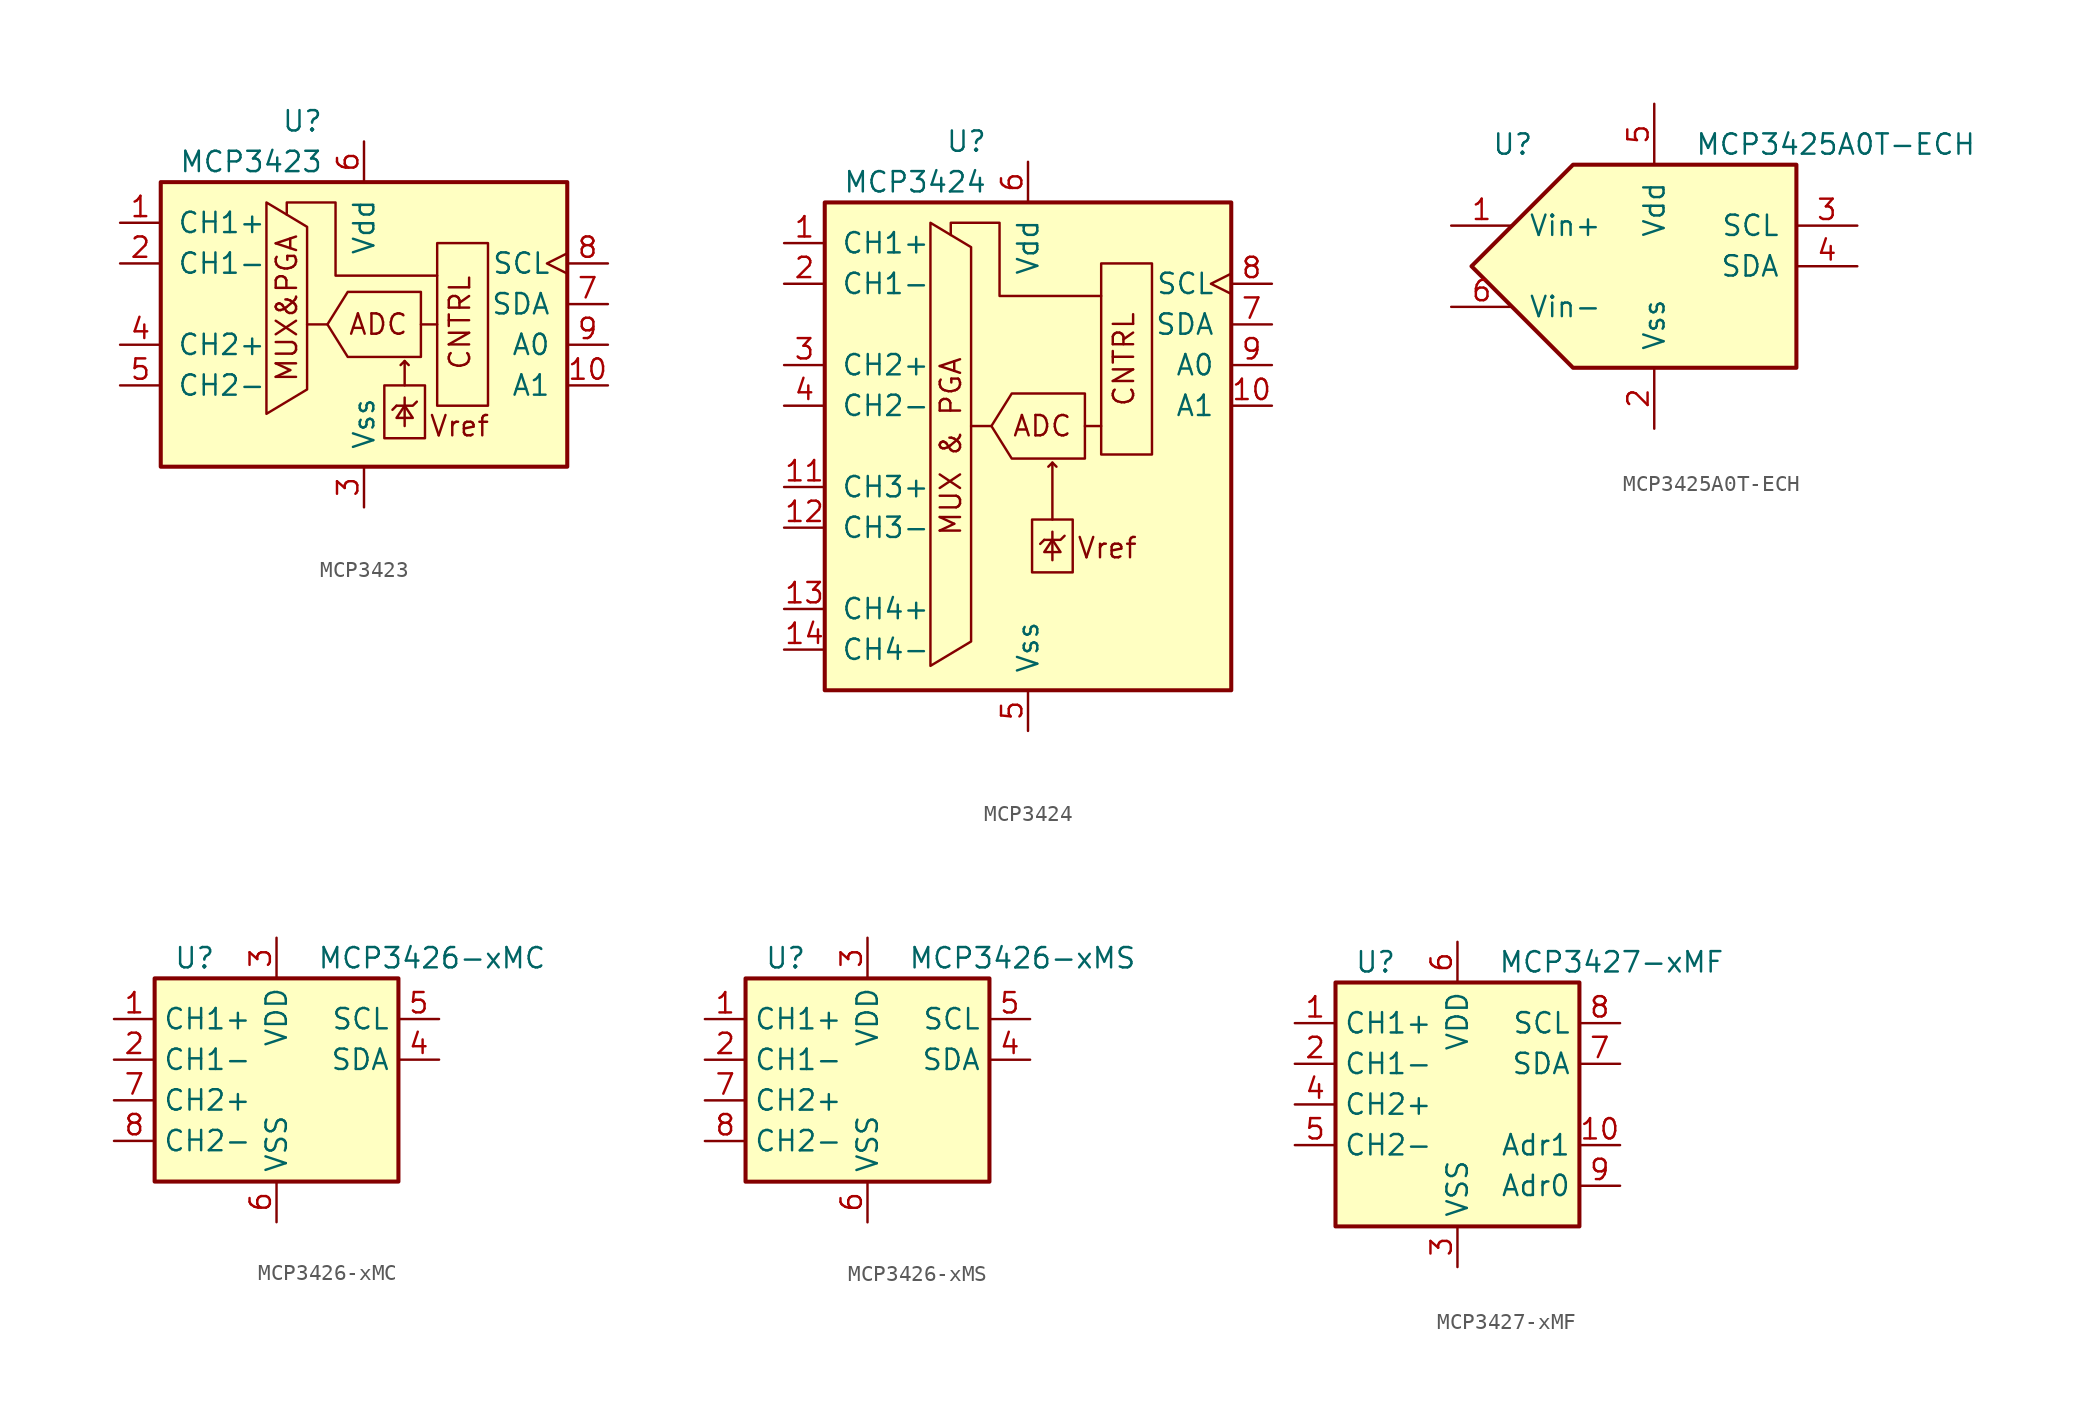
<source format=kicad_sym>
(kicad_symbol_lib
  (version 20201005)
  (generator kicad_symbol_editor)
  (symbol "Analog_ADC:MCP3423"
    (pin_names
      (offset 1.016))
    (property "Reference" "U"
      (at -2.54 11.43 0)
      (effects (font (size 1.27 1.27)) (justify right)))
    (property "Value" "MCP3423"
      (at -2.54 8.89 0)
      (effects (font (size 1.27 1.27)) (justify right)))
    (symbol "MCP3423_0_0"
      (text "ADC" (at 0.889 -1.27 0) (effects (font (size 1.27 1.27))))
      (text "CNTRL" (at 6.731 -4.191 900) (effects (font (size 1.27 1.27)) (justify left bottom)))
      (text "MUX&PGA" (at -4.826 -0.254 900) (effects (font (size 1.27 1.27))))
      (text "Vref" (at 5.969 -7.62 0) (effects (font (size 1.27 1.27))))
      (polyline (pts (xy -6.096 6.35) (xy -3.556 4.826) (xy -3.556 -5.334) (xy -6.096 -6.858) (xy -6.096 6.35)) (stroke (width 0)) (fill (type none)))
      (polyline (pts (xy 4.572 1.778) (xy -1.778 1.778) (xy -1.778 6.35) (xy -4.826 6.35) (xy -4.826 5.588)) (stroke (width 0)) (fill (type none)))
      (polyline (pts (xy 3.556 0.762) (xy 3.556 -3.302) (xy -1.016 -3.302) (xy -2.286 -1.27) (xy -1.016 0.762) (xy 3.556 0.762)) (stroke (width 0)) (fill (type none))))
    (symbol "MCP3423_0_1"
      (rectangle (start 1.27 -5.08) (end 3.81 -8.382) (stroke (width 0)) (fill (type none)))
      (rectangle (start 4.572 -6.35) (end 7.747 3.81) (stroke (width 0)) (fill (type none)))
      (rectangle (start 12.7 7.62) (end -12.7 -10.16) (stroke (width 0.254)) (fill (type background)))
      (polyline (pts (xy -3.556 -1.27) (xy -2.286 -1.27)) (stroke (width 0)) (fill (type none)))
      (polyline (pts (xy 2.032 -6.35) (xy 1.778 -6.604)) (stroke (width 0)) (fill (type none)))
      (polyline (pts (xy 2.54 -5.842) (xy 2.54 -7.62)) (stroke (width 0)) (fill (type none)))
      (polyline (pts (xy 2.54 -3.556) (xy 2.794 -3.81)) (stroke (width 0)) (fill (type none)))
      (polyline (pts (xy 3.556 -1.27) (xy 4.572 -1.27)) (stroke (width 0)) (fill (type none)))
      (polyline (pts (xy 2.032 -6.35) (xy 3.048 -6.35) (xy 3.302 -6.096)) (stroke (width 0)) (fill (type none)))
      (polyline (pts (xy 2.54 -5.08) (xy 2.54 -3.556) (xy 2.286 -3.81)) (stroke (width 0)) (fill (type none)))
      (polyline (pts (xy 2.54 -6.35) (xy 2.032 -7.112) (xy 3.048 -7.112) (xy 2.54 -6.35)) (stroke (width 0)) (fill (type none))))
    (symbol "MCP3423_1_1"
      (pin input line (at -15.24 5.08 0) (length 2.54) (name "CH1+" (effects (font (size 1.27 1.27)))) (number "1" (effects (font (size 1.27 1.27)))))
      (pin input line (at 15.24 -5.08 180) (length 2.54) (name "A1" (effects (font (size 1.27 1.27)))) (number "10" (effects (font (size 1.27 1.27)))))
      (pin input line (at -15.24 2.54 0) (length 2.54) (name "CH1-" (effects (font (size 1.27 1.27)))) (number "2" (effects (font (size 1.27 1.27)))))
      (pin power_in line (at 0 -12.7 90) (length 2.54) (name "Vss" (effects (font (size 1.27 1.27)))) (number "3" (effects (font (size 1.27 1.27)))))
      (pin input line (at -15.24 -2.54 0) (length 2.54) (name "CH2+" (effects (font (size 1.27 1.27)))) (number "4" (effects (font (size 1.27 1.27)))))
      (pin input line (at -15.24 -5.08 0) (length 2.54) (name "CH2-" (effects (font (size 1.27 1.27)))) (number "5" (effects (font (size 1.27 1.27)))))
      (pin power_in line (at 0 10.16 270) (length 2.54) (name "Vdd" (effects (font (size 1.27 1.27)))) (number "6" (effects (font (size 1.27 1.27)))))
      (pin bidirectional line (at 15.24 0 180) (length 2.54) (name "SDA" (effects (font (size 1.27 1.27)))) (number "7" (effects (font (size 1.27 1.27)))))
      (pin input clock (at 15.24 2.54 180) (length 2.54) (name "SCL" (effects (font (size 1.27 1.27)))) (number "8" (effects (font (size 1.27 1.27)))))
      (pin input line (at 15.24 -2.54 180) (length 2.54) (name "A0" (effects (font (size 1.27 1.27)))) (number "9" (effects (font (size 1.27 1.27)))))))
  (symbol "Analog_ADC:MCP3424"
    (pin_names
      (offset 1.016))
    (property "Reference" "U"
      (at -2.54 11.43 0)
      (effects (font (size 1.27 1.27)) (justify right)))
    (property "Value" "MCP3424"
      (at -2.54 8.89 0)
      (effects (font (size 1.27 1.27)) (justify right)))
    (symbol "MCP3424_0_0"
      (text "ADC" (at 0.889 -6.35 0) (effects (font (size 1.27 1.27))))
      (text "CNTRL" (at 6.731 -5.207 900) (effects (font (size 1.27 1.27)) (justify left bottom)))
      (text "MUX & PGA" (at -4.826 -7.62 900) (effects (font (size 1.27 1.27))))
      (text "Vref" (at 4.953 -13.97 0) (effects (font (size 1.27 1.27))))
      (polyline (pts (xy -6.096 6.35) (xy -3.556 4.826) (xy -3.556 -19.812) (xy -6.096 -21.336) (xy -6.096 6.35)) (stroke (width 0)) (fill (type none)))
      (polyline (pts (xy 4.572 1.778) (xy -1.778 1.778) (xy -1.778 6.35) (xy -4.826 6.35) (xy -4.826 5.588)) (stroke (width 0)) (fill (type none)))
      (polyline (pts (xy 3.556 -4.318) (xy 3.556 -8.382) (xy -1.016 -8.382) (xy -2.286 -6.35) (xy -1.016 -4.318) (xy 3.556 -4.318)) (stroke (width 0)) (fill (type none))))
    (symbol "MCP3424_0_1"
      (rectangle (start 0.254 -12.192) (end 2.794 -15.494) (stroke (width 0)) (fill (type none)))
      (rectangle (start 4.572 -8.128) (end 7.747 3.81) (stroke (width 0)) (fill (type none)))
      (rectangle (start 12.7 7.62) (end -12.7 -22.86) (stroke (width 0.254)) (fill (type background)))
      (polyline (pts (xy -3.556 -6.35) (xy -2.286 -6.35)) (stroke (width 0)) (fill (type none)))
      (polyline (pts (xy 1.016 -13.462) (xy 0.762 -13.716)) (stroke (width 0)) (fill (type none)))
      (polyline (pts (xy 1.524 -12.954) (xy 1.524 -14.732)) (stroke (width 0)) (fill (type none)))
      (polyline (pts (xy 1.524 -8.636) (xy 1.778 -8.89)) (stroke (width 0)) (fill (type none)))
      (polyline (pts (xy 3.556 -6.35) (xy 4.572 -6.35)) (stroke (width 0)) (fill (type none)))
      (polyline (pts (xy 1.016 -13.462) (xy 2.032 -13.462) (xy 2.286 -13.208)) (stroke (width 0)) (fill (type none)))
      (polyline (pts (xy 1.524 -12.192) (xy 1.524 -8.636) (xy 1.27 -8.89)) (stroke (width 0)) (fill (type none)))
      (polyline (pts (xy 1.524 -13.462) (xy 1.016 -14.224) (xy 2.032 -14.224) (xy 1.524 -13.462)) (stroke (width 0)) (fill (type none))))
    (symbol "MCP3424_1_1"
      (pin input line (at -15.24 5.08 0) (length 2.54) (name "CH1+" (effects (font (size 1.27 1.27)))) (number "1" (effects (font (size 1.27 1.27)))))
      (pin input line (at 15.24 -5.08 180) (length 2.54) (name "A1" (effects (font (size 1.27 1.27)))) (number "10" (effects (font (size 1.27 1.27)))))
      (pin input line (at -15.24 -10.16 0) (length 2.54) (name "CH3+" (effects (font (size 1.27 1.27)))) (number "11" (effects (font (size 1.27 1.27)))))
      (pin input line (at -15.24 -12.7 0) (length 2.54) (name "CH3-" (effects (font (size 1.27 1.27)))) (number "12" (effects (font (size 1.27 1.27)))))
      (pin input line (at -15.24 -17.78 0) (length 2.54) (name "CH4+" (effects (font (size 1.27 1.27)))) (number "13" (effects (font (size 1.27 1.27)))))
      (pin input line (at -15.24 -20.32 0) (length 2.54) (name "CH4-" (effects (font (size 1.27 1.27)))) (number "14" (effects (font (size 1.27 1.27)))))
      (pin input line (at -15.24 2.54 0) (length 2.54) (name "CH1-" (effects (font (size 1.27 1.27)))) (number "2" (effects (font (size 1.27 1.27)))))
      (pin input line (at -15.24 -2.54 0) (length 2.54) (name "CH2+" (effects (font (size 1.27 1.27)))) (number "3" (effects (font (size 1.27 1.27)))))
      (pin input line (at -15.24 -5.08 0) (length 2.54) (name "CH2-" (effects (font (size 1.27 1.27)))) (number "4" (effects (font (size 1.27 1.27)))))
      (pin power_in line (at 0 -25.4 90) (length 2.54) (name "Vss" (effects (font (size 1.27 1.27)))) (number "5" (effects (font (size 1.27 1.27)))))
      (pin power_in line (at 0 10.16 270) (length 2.54) (name "Vdd" (effects (font (size 1.27 1.27)))) (number "6" (effects (font (size 1.27 1.27)))))
      (pin bidirectional line (at 15.24 0 180) (length 2.54) (name "SDA" (effects (font (size 1.27 1.27)))) (number "7" (effects (font (size 1.27 1.27)))))
      (pin input clock (at 15.24 2.54 180) (length 2.54) (name "SCL" (effects (font (size 1.27 1.27)))) (number "8" (effects (font (size 1.27 1.27)))))
      (pin input line (at 15.24 -2.54 180) (length 2.54) (name "A0" (effects (font (size 1.27 1.27)))) (number "9" (effects (font (size 1.27 1.27)))))))
  (symbol "Analog_ADC:MCP3425A0T-ECH"
    (pin_names
      (offset 1.016))
    (property "Reference" "U"
      (at -10.16 7.62 0)
      (effects (font (size 1.27 1.27)) (justify left)))
    (property "Value" "MCP3425A0T-ECH"
      (at 2.54 7.62 0)
      (effects (font (size 1.27 1.27)) (justify left)))
    (symbol "MCP3425A0T-ECH_0_1"
      (polyline (pts (xy -5.08 6.35) (xy 8.89 6.35) (xy 8.89 0) (xy 8.89 -6.35) (xy -5.08 -6.35) (xy -11.43 0) (xy -5.08 6.35)) (stroke (width 0.254)) (fill (type background))))
    (symbol "MCP3425A0T-ECH_1_1"
      (pin passive line (at -12.7 2.54 0) (length 3.81) (name "Vin+" (effects (font (size 1.27 1.27)))) (number "1" (effects (font (size 1.27 1.27)))))
      (pin power_in line (at 0 -10.16 90) (length 3.81) (name "Vss" (effects (font (size 1.27 1.27)))) (number "2" (effects (font (size 1.27 1.27)))))
      (pin input line (at 12.7 2.54 180) (length 3.81) (name "SCL" (effects (font (size 1.27 1.27)))) (number "3" (effects (font (size 1.27 1.27)))))
      (pin bidirectional line (at 12.7 0 180) (length 3.81) (name "SDA" (effects (font (size 1.27 1.27)))) (number "4" (effects (font (size 1.27 1.27)))))
      (pin power_in line (at 0 10.16 270) (length 3.81) (name "Vdd" (effects (font (size 1.27 1.27)))) (number "5" (effects (font (size 1.27 1.27)))))
      (pin passive line (at -12.7 -2.54 0) (length 3.81) (name "Vin-" (effects (font (size 1.27 1.27)))) (number "6" (effects (font (size 1.27 1.27)))))))
  (symbol "Analog_ADC:MCP3426-xMC"
    (property "Reference" "U"
      (at -3.81 8.89 0)
      (effects (font (size 1.27 1.27)) (justify right)))
    (property "Value" "MCP3426-xMC"
      (at 2.54 8.89 0)
      (effects (font (size 1.27 1.27)) (justify left)))
    (symbol "MCP3426-xMC_0_1"
      (rectangle (start -7.62 7.62) (end 7.62 -5.08) (stroke (width 0.254)) (fill (type background))))
    (symbol "MCP3426-xMC_1_1"
      (pin input line (at -10.16 5.08 0) (length 2.54) (name "CH1+" (effects (font (size 1.27 1.27)))) (number "1" (effects (font (size 1.27 1.27)))))
      (pin input line (at -10.16 2.54 0) (length 2.54) (name "CH1-" (effects (font (size 1.27 1.27)))) (number "2" (effects (font (size 1.27 1.27)))))
      (pin power_in line (at 0 10.16 270) (length 2.54) (name "VDD" (effects (font (size 1.27 1.27)))) (number "3" (effects (font (size 1.27 1.27)))))
      (pin bidirectional line (at 10.16 2.54 180) (length 2.54) (name "SDA" (effects (font (size 1.27 1.27)))) (number "4" (effects (font (size 1.27 1.27)))))
      (pin input line (at 10.16 5.08 180) (length 2.54) (name "SCL" (effects (font (size 1.27 1.27)))) (number "5" (effects (font (size 1.27 1.27)))))
      (pin power_in line (at 0 -7.62 90) (length 2.54) (name "VSS" (effects (font (size 1.27 1.27)))) (number "6" (effects (font (size 1.27 1.27)))))
      (pin input line (at -10.16 0 0) (length 2.54) (name "CH2+" (effects (font (size 1.27 1.27)))) (number "7" (effects (font (size 1.27 1.27)))))
      (pin input line (at -10.16 -2.54 0) (length 2.54) (name "CH2-" (effects (font (size 1.27 1.27)))) (number "8" (effects (font (size 1.27 1.27)))))
      (pin passive line (at 0 -7.62 90) (length 2.54) hide (name "VSS" (effects (font (size 1.27 1.27)))) (number "9" (effects (font (size 1.27 1.27)))))))
  (symbol "Analog_ADC:MCP3426-xMS"
    (property "Reference" "U"
      (at -3.81 8.89 0)
      (effects (font (size 1.27 1.27)) (justify right)))
    (property "Value" "MCP3426-xMS"
      (at 2.54 8.89 0)
      (effects (font (size 1.27 1.27)) (justify left)))
    (symbol "MCP3426-xMS_0_1"
      (rectangle (start -7.62 7.62) (end 7.62 -5.08) (stroke (width 0.254)) (fill (type background))))
    (symbol "MCP3426-xMS_1_1"
      (pin input line (at -10.16 5.08 0) (length 2.54) (name "CH1+" (effects (font (size 1.27 1.27)))) (number "1" (effects (font (size 1.27 1.27)))))
      (pin input line (at -10.16 2.54 0) (length 2.54) (name "CH1-" (effects (font (size 1.27 1.27)))) (number "2" (effects (font (size 1.27 1.27)))))
      (pin power_in line (at 0 10.16 270) (length 2.54) (name "VDD" (effects (font (size 1.27 1.27)))) (number "3" (effects (font (size 1.27 1.27)))))
      (pin bidirectional line (at 10.16 2.54 180) (length 2.54) (name "SDA" (effects (font (size 1.27 1.27)))) (number "4" (effects (font (size 1.27 1.27)))))
      (pin input line (at 10.16 5.08 180) (length 2.54) (name "SCL" (effects (font (size 1.27 1.27)))) (number "5" (effects (font (size 1.27 1.27)))))
      (pin power_in line (at 0 -7.62 90) (length 2.54) (name "VSS" (effects (font (size 1.27 1.27)))) (number "6" (effects (font (size 1.27 1.27)))))
      (pin input line (at -10.16 0 0) (length 2.54) (name "CH2+" (effects (font (size 1.27 1.27)))) (number "7" (effects (font (size 1.27 1.27)))))
      (pin input line (at -10.16 -2.54 0) (length 2.54) (name "CH2-" (effects (font (size 1.27 1.27)))) (number "8" (effects (font (size 1.27 1.27)))))))
  (symbol "Analog_ADC:MCP3427-xMF"
    (property "Reference" "U"
      (at -3.81 8.89 0)
      (effects (font (size 1.27 1.27)) (justify right)))
    (property "Value" "MCP3427-xMF"
      (at 2.54 8.89 0)
      (effects (font (size 1.27 1.27)) (justify left)))
    (symbol "MCP3427-xMF_0_1"
      (rectangle (start -7.62 7.62) (end 7.62 -7.62) (stroke (width 0.254)) (fill (type background))))
    (symbol "MCP3427-xMF_1_1"
      (pin input line (at -10.16 5.08 0) (length 2.54) (name "CH1+" (effects (font (size 1.27 1.27)))) (number "1" (effects (font (size 1.27 1.27)))))
      (pin input line (at 10.16 -2.54 180) (length 2.54) (name "Adr1" (effects (font (size 1.27 1.27)))) (number "10" (effects (font (size 1.27 1.27)))))
      (pin passive line (at 0 -10.16 90) (length 2.54) hide (name "VSS" (effects (font (size 1.27 1.27)))) (number "11" (effects (font (size 1.27 1.27)))))
      (pin input line (at -10.16 2.54 0) (length 2.54) (name "CH1-" (effects (font (size 1.27 1.27)))) (number "2" (effects (font (size 1.27 1.27)))))
      (pin power_in line (at 0 -10.16 90) (length 2.54) (name "VSS" (effects (font (size 1.27 1.27)))) (number "3" (effects (font (size 1.27 1.27)))))
      (pin input line (at -10.16 0 0) (length 2.54) (name "CH2+" (effects (font (size 1.27 1.27)))) (number "4" (effects (font (size 1.27 1.27)))))
      (pin input line (at -10.16 -2.54 0) (length 2.54) (name "CH2-" (effects (font (size 1.27 1.27)))) (number "5" (effects (font (size 1.27 1.27)))))
      (pin power_in line (at 0 10.16 270) (length 2.54) (name "VDD" (effects (font (size 1.27 1.27)))) (number "6" (effects (font (size 1.27 1.27)))))
      (pin bidirectional line (at 10.16 2.54 180) (length 2.54) (name "SDA" (effects (font (size 1.27 1.27)))) (number "7" (effects (font (size 1.27 1.27)))))
      (pin input line (at 10.16 5.08 180) (length 2.54) (name "SCL" (effects (font (size 1.27 1.27)))) (number "8" (effects (font (size 1.27 1.27)))))
      (pin input line (at 10.16 -5.08 180) (length 2.54) (name "Adr0" (effects (font (size 1.27 1.27)))) (number "9" (effects (font (size 1.27 1.27))))))))
</source>
